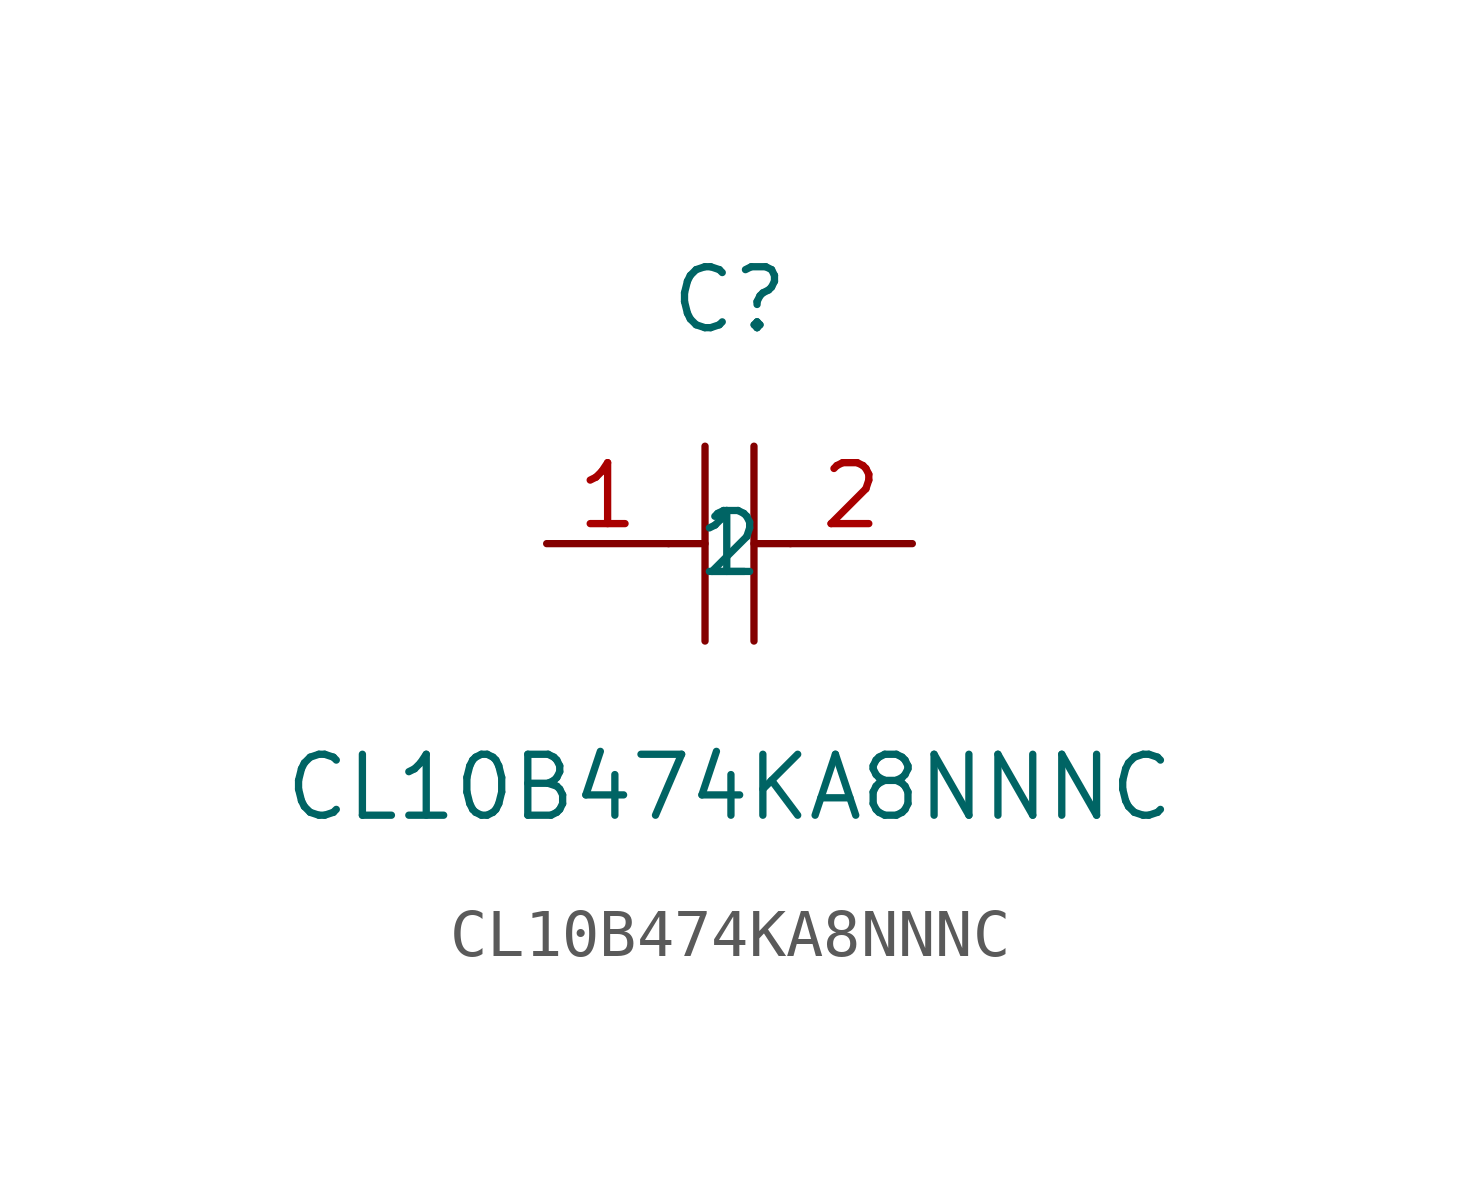
<source format=kicad_sym>
(kicad_symbol_lib
  (version 1)
  (generator "faebryk")
  (symbol "CL10B474KA8NNNC"
    (property "Reference" "C"
      (at 0 5.08 0)
      (effects (font (size 1.27 1.27)) (hide no)))
    (property "Value" "CL10B474KA8NNNC"
      (at 0 -5.08 0)
      (effects (font (size 1.27 1.27)) (hide no)))
    (symbol "CL10B474KA8NNNC_0_1"
      (polyline (stroke (width 0) (type default) (color 0 0 0 0)) (fill (type none)) (pts (xy -0.51 2.03) (xy -0.51 -2.03)))
      (polyline (stroke (width 0) (type default) (color 0 0 0 0)) (fill (type none)) (pts (xy 0.51 2.03) (xy 0.51 -2.03)))
      (polyline (stroke (width 0) (type default) (color 0 0 0 0)) (fill (type none)) (pts (xy -1.27 0) (xy -0.51 0)))
      (polyline (stroke (width 0) (type default) (color 0 0 0 0)) (fill (type none)) (pts (xy 0.51 0) (xy 1.27 0)))
      (pin input line (at -3.81 0 0) (length 2.54) (name "1" (effects (font (size 1.27 1.27)) (hide no))) (number "1" (effects (font (size 1.27 1.27)) (hide no))))
      (pin input line (at 3.81 0 180) (length 2.54) (name "2" (effects (font (size 1.27 1.27)) (hide no))) (number "2" (effects (font (size 1.27 1.27)) (hide no)))))))
</source>
